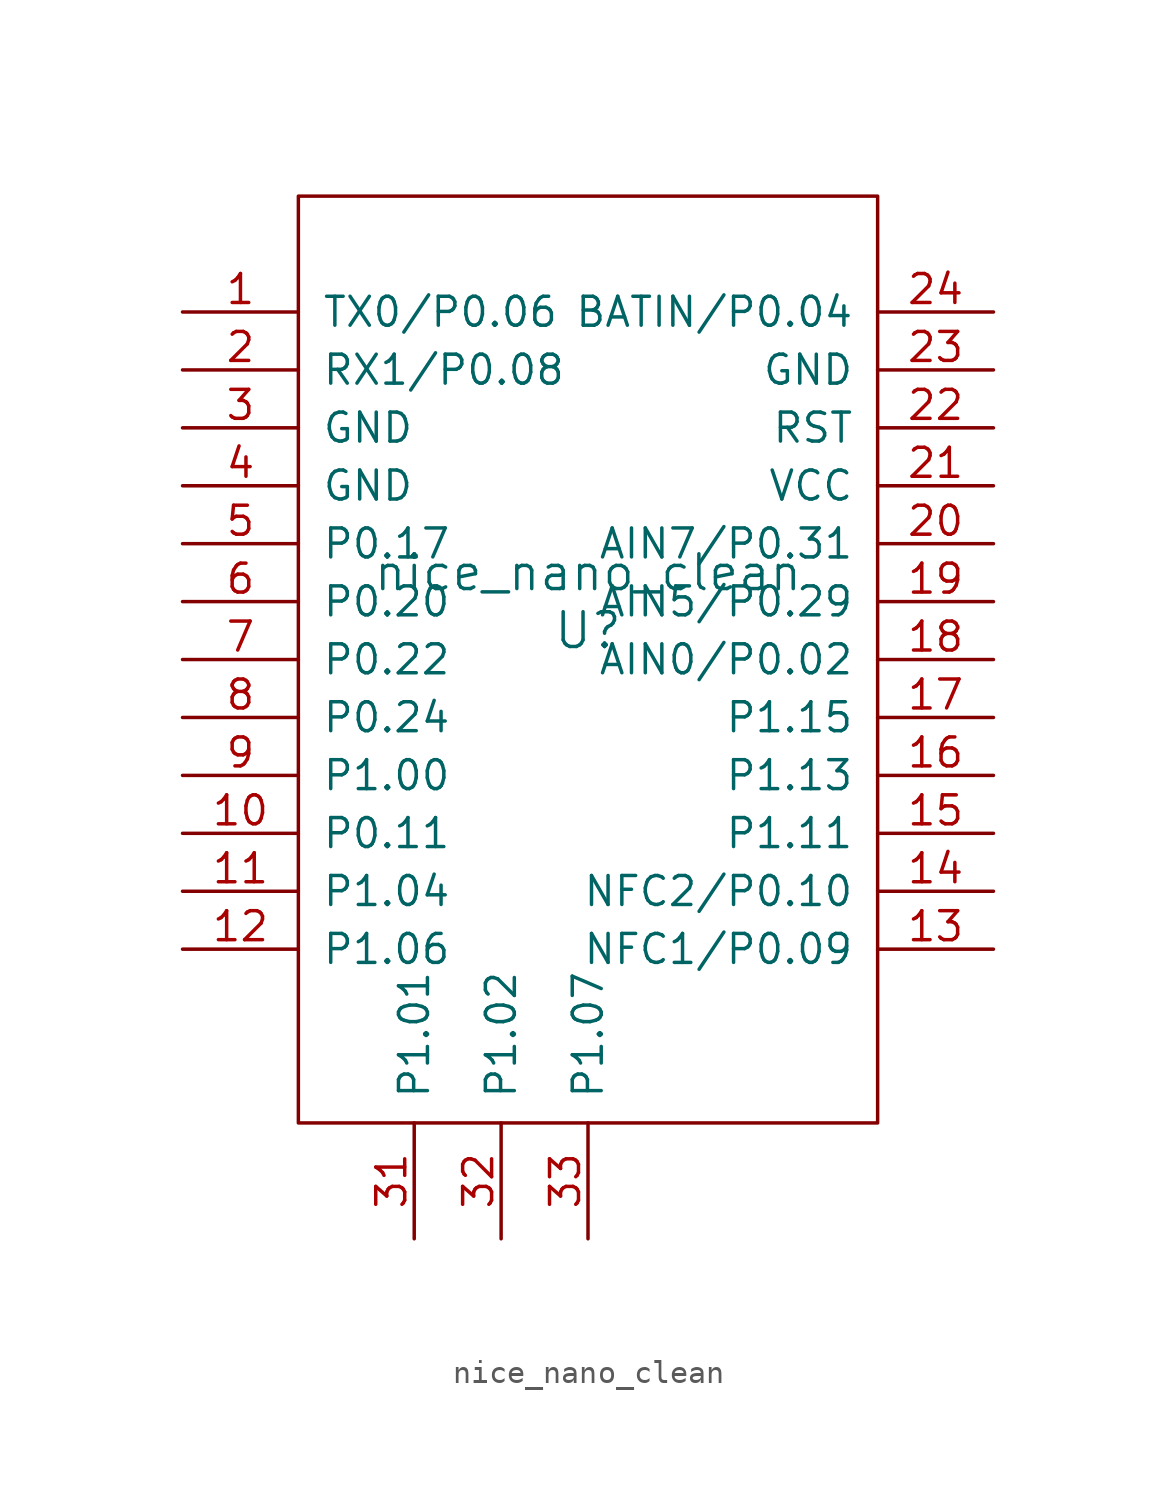
<source format=kicad_sym>
(kicad_symbol_lib
  (version 20231120)
  (generator "kicad_symbol_editor")
  (generator_version "8.0")
  (symbol "nice_nano_clean"
    (pin_names
      (offset 1.016))
    (property "Reference" "U"
      (at 0 0 0)
      (effects (font (size 1.524 1.524))))
    (property "Value" "nice_nano_clean"
      (at 0 2.54 0)
      (effects (font (size 1.524 1.524))))
    (symbol "nice_nano_clean_0_1"
      (rectangle (start -12.7 -21.59) (end 12.7 19.05) (stroke (width 0) (type solid)) (fill (type none))))
    (symbol "nice_nano_clean_1_1"
      (pin input line (at -17.78 13.97 0) (length 5.08) (name "TX0/P0.06" (effects (font (size 1.27 1.27)))) (number "1" (effects (font (size 1.27 1.27)))))
      (pin input line (at -17.78 -8.89 0) (length 5.08) (name "P0.11" (effects (font (size 1.27 1.27)))) (number "10" (effects (font (size 1.27 1.27)))))
      (pin input line (at -17.78 -11.43 0) (length 5.08) (name "P1.04" (effects (font (size 1.27 1.27)))) (number "11" (effects (font (size 1.27 1.27)))))
      (pin input line (at -17.78 -13.97 0) (length 5.08) (name "P1.06" (effects (font (size 1.27 1.27)))) (number "12" (effects (font (size 1.27 1.27)))))
      (pin input line (at 17.78 -13.97 180) (length 5.08) (name "NFC1/P0.09" (effects (font (size 1.27 1.27)))) (number "13" (effects (font (size 1.27 1.27)))))
      (pin input line (at 17.78 -11.43 180) (length 5.08) (name "NFC2/P0.10" (effects (font (size 1.27 1.27)))) (number "14" (effects (font (size 1.27 1.27)))))
      (pin input line (at 17.78 -8.89 180) (length 5.08) (name "P1.11" (effects (font (size 1.27 1.27)))) (number "15" (effects (font (size 1.27 1.27)))))
      (pin input line (at 17.78 -6.35 180) (length 5.08) (name "P1.13" (effects (font (size 1.27 1.27)))) (number "16" (effects (font (size 1.27 1.27)))))
      (pin input line (at 17.78 -3.81 180) (length 5.08) (name "P1.15" (effects (font (size 1.27 1.27)))) (number "17" (effects (font (size 1.27 1.27)))))
      (pin input line (at 17.78 -1.27 180) (length 5.08) (name "AIN0/P0.02" (effects (font (size 1.27 1.27)))) (number "18" (effects (font (size 1.27 1.27)))))
      (pin input line (at 17.78 1.27 180) (length 5.08) (name "AIN5/P0.29" (effects (font (size 1.27 1.27)))) (number "19" (effects (font (size 1.27 1.27)))))
      (pin input line (at -17.78 11.43 0) (length 5.08) (name "RX1/P0.08" (effects (font (size 1.27 1.27)))) (number "2" (effects (font (size 1.27 1.27)))))
      (pin input line (at 17.78 3.81 180) (length 5.08) (name "AIN7/P0.31" (effects (font (size 1.27 1.27)))) (number "20" (effects (font (size 1.27 1.27)))))
      (pin input line (at 17.78 6.35 180) (length 5.08) (name "VCC" (effects (font (size 1.27 1.27)))) (number "21" (effects (font (size 1.27 1.27)))))
      (pin input line (at 17.78 8.89 180) (length 5.08) (name "RST" (effects (font (size 1.27 1.27)))) (number "22" (effects (font (size 1.27 1.27)))))
      (pin input line (at 17.78 11.43 180) (length 5.08) (name "GND" (effects (font (size 1.27 1.27)))) (number "23" (effects (font (size 1.27 1.27)))))
      (pin input line (at 17.78 13.97 180) (length 5.08) (name "BATIN/P0.04" (effects (font (size 1.27 1.27)))) (number "24" (effects (font (size 1.27 1.27)))))
      (pin input line (at -17.78 8.89 0) (length 5.08) (name "GND" (effects (font (size 1.27 1.27)))) (number "3" (effects (font (size 1.27 1.27)))))
      (pin input line (at -7.62 -26.67 90) (length 5.08) (name "P1.01" (effects (font (size 1.27 1.27)))) (number "31" (effects (font (size 1.27 1.27)))))
      (pin input line (at -3.81 -26.67 90) (length 5.08) (name "P1.02" (effects (font (size 1.27 1.27)))) (number "32" (effects (font (size 1.27 1.27)))))
      (pin input line (at 0 -26.67 90) (length 5.08) (name "P1.07" (effects (font (size 1.27 1.27)))) (number "33" (effects (font (size 1.27 1.27)))))
      (pin input line (at -17.78 6.35 0) (length 5.08) (name "GND" (effects (font (size 1.27 1.27)))) (number "4" (effects (font (size 1.27 1.27)))))
      (pin input line (at -17.78 3.81 0) (length 5.08) (name "P0.17" (effects (font (size 1.27 1.27)))) (number "5" (effects (font (size 1.27 1.27)))))
      (pin input line (at -17.78 1.27 0) (length 5.08) (name "P0.20" (effects (font (size 1.27 1.27)))) (number "6" (effects (font (size 1.27 1.27)))))
      (pin input line (at -17.78 -1.27 0) (length 5.08) (name "P0.22" (effects (font (size 1.27 1.27)))) (number "7" (effects (font (size 1.27 1.27)))))
      (pin input line (at -17.78 -3.81 0) (length 5.08) (name "P0.24" (effects (font (size 1.27 1.27)))) (number "8" (effects (font (size 1.27 1.27)))))
      (pin input line (at -17.78 -6.35 0) (length 5.08) (name "P1.00" (effects (font (size 1.27 1.27)))) (number "9" (effects (font (size 1.27 1.27))))))))
</source>
